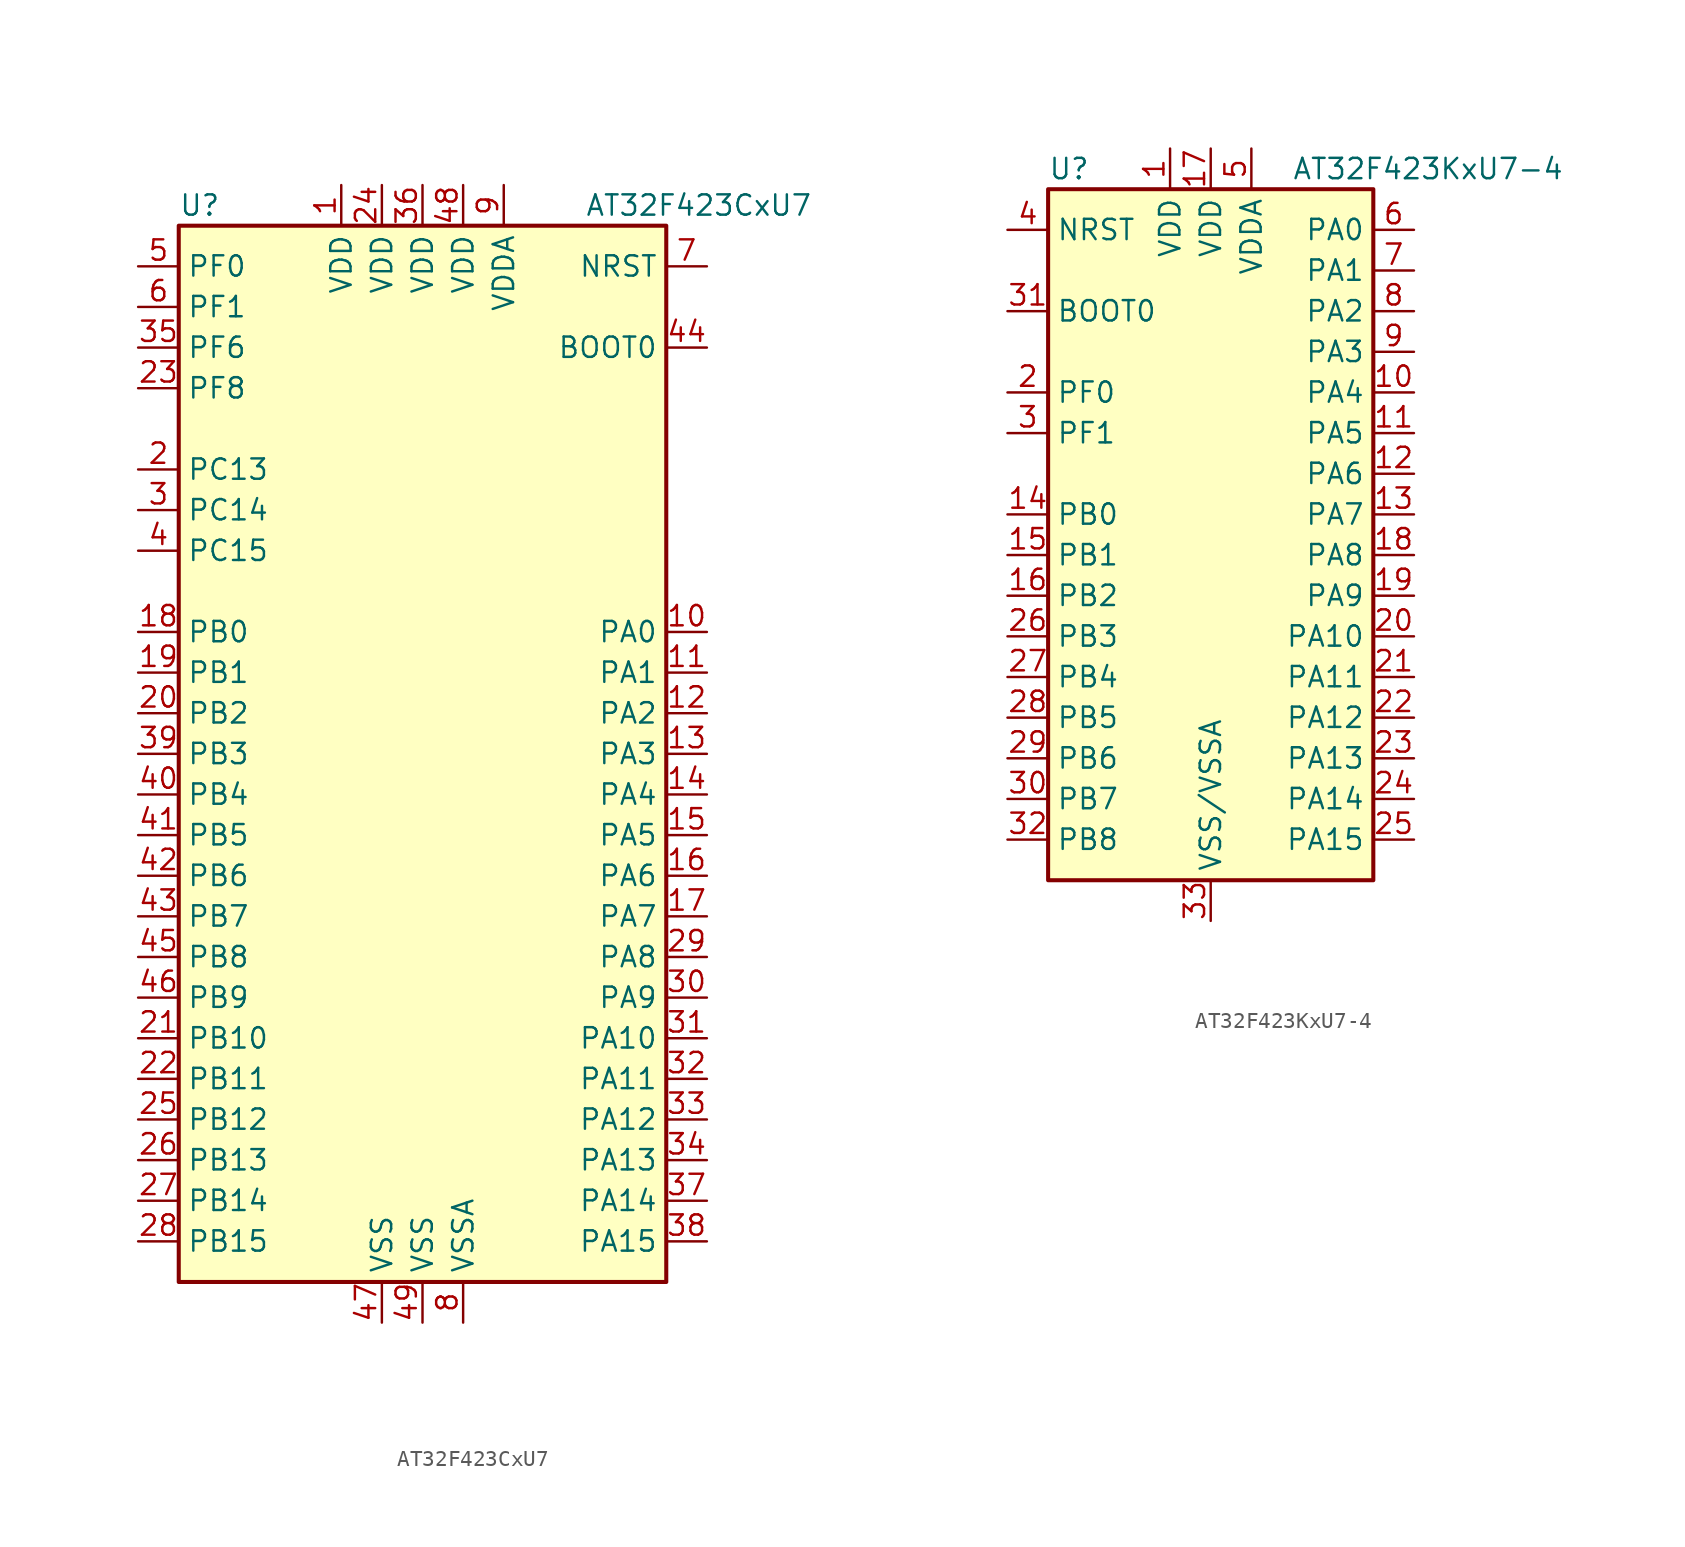
<source format=kicad_sym>
(kicad_symbol_lib
  (version 20220331)
  (generator kicad_symbol_editor)
  (symbol "AT32F423CxU7"
    (property "Reference" "U"
      (at -15.24 34.29 0)
      (effects (font (size 1.27 1.27)) (justify left)))
    (property "Value" "AT32F423CxU7"
      (at 10.16 34.29 0)
      (effects (font (size 1.27 1.27)) (justify left)))
    (symbol "AT32F423CxU7_0_1"
      (rectangle (start -15.24 33.02) (end 15.24 -33.02) (stroke (width 0.254) (type default)) (fill (type background))))
    (symbol "AT32F423CxU7_1_1"
      (pin power_in line (at -5.08 35.56 270) (length 2.54) (name "VDD" (effects (font (size 1.27 1.27)))) (number "1" (effects (font (size 1.27 1.27)))))
      (pin bidirectional line (at 17.78 7.62 180) (length 2.54) (name "PA0" (effects (font (size 1.27 1.27)))) (number "10" (effects (font (size 1.27 1.27)))))
      (pin bidirectional line (at 17.78 5.08 180) (length 2.54) (name "PA1" (effects (font (size 1.27 1.27)))) (number "11" (effects (font (size 1.27 1.27)))))
      (pin bidirectional line (at 17.78 2.54 180) (length 2.54) (name "PA2" (effects (font (size 1.27 1.27)))) (number "12" (effects (font (size 1.27 1.27)))))
      (pin bidirectional line (at 17.78 0 180) (length 2.54) (name "PA3" (effects (font (size 1.27 1.27)))) (number "13" (effects (font (size 1.27 1.27)))))
      (pin bidirectional line (at 17.78 -2.54 180) (length 2.54) (name "PA4" (effects (font (size 1.27 1.27)))) (number "14" (effects (font (size 1.27 1.27)))))
      (pin bidirectional line (at 17.78 -5.08 180) (length 2.54) (name "PA5" (effects (font (size 1.27 1.27)))) (number "15" (effects (font (size 1.27 1.27)))))
      (pin bidirectional line (at 17.78 -7.62 180) (length 2.54) (name "PA6" (effects (font (size 1.27 1.27)))) (number "16" (effects (font (size 1.27 1.27)))))
      (pin bidirectional line (at 17.78 -10.16 180) (length 2.54) (name "PA7" (effects (font (size 1.27 1.27)))) (number "17" (effects (font (size 1.27 1.27)))))
      (pin bidirectional line (at -17.78 7.62 0) (length 2.54) (name "PB0" (effects (font (size 1.27 1.27)))) (number "18" (effects (font (size 1.27 1.27)))))
      (pin bidirectional line (at -17.78 5.08 0) (length 2.54) (name "PB1" (effects (font (size 1.27 1.27)))) (number "19" (effects (font (size 1.27 1.27)))))
      (pin bidirectional line (at -17.78 17.78 0) (length 2.54) (name "PC13" (effects (font (size 1.27 1.27)))) (number "2" (effects (font (size 1.27 1.27)))))
      (pin bidirectional line (at -17.78 2.54 0) (length 2.54) (name "PB2" (effects (font (size 1.27 1.27)))) (number "20" (effects (font (size 1.27 1.27)))))
      (pin bidirectional line (at -17.78 -17.78 0) (length 2.54) (name "PB10" (effects (font (size 1.27 1.27)))) (number "21" (effects (font (size 1.27 1.27)))))
      (pin bidirectional line (at -17.78 -20.32 0) (length 2.54) (name "PB11" (effects (font (size 1.27 1.27)))) (number "22" (effects (font (size 1.27 1.27)))))
      (pin bidirectional line (at -17.78 22.86 0) (length 2.54) (name "PF8" (effects (font (size 1.27 1.27)))) (number "23" (effects (font (size 1.27 1.27)))))
      (pin power_in line (at -2.54 35.56 270) (length 2.54) (name "VDD" (effects (font (size 1.27 1.27)))) (number "24" (effects (font (size 1.27 1.27)))))
      (pin bidirectional line (at -17.78 -22.86 0) (length 2.54) (name "PB12" (effects (font (size 1.27 1.27)))) (number "25" (effects (font (size 1.27 1.27)))))
      (pin bidirectional line (at -17.78 -25.4 0) (length 2.54) (name "PB13" (effects (font (size 1.27 1.27)))) (number "26" (effects (font (size 1.27 1.27)))))
      (pin bidirectional line (at -17.78 -27.94 0) (length 2.54) (name "PB14" (effects (font (size 1.27 1.27)))) (number "27" (effects (font (size 1.27 1.27)))))
      (pin bidirectional line (at -17.78 -30.48 0) (length 2.54) (name "PB15" (effects (font (size 1.27 1.27)))) (number "28" (effects (font (size 1.27 1.27)))))
      (pin bidirectional line (at 17.78 -12.7 180) (length 2.54) (name "PA8" (effects (font (size 1.27 1.27)))) (number "29" (effects (font (size 1.27 1.27)))))
      (pin bidirectional line (at -17.78 15.24 0) (length 2.54) (name "PC14" (effects (font (size 1.27 1.27)))) (number "3" (effects (font (size 1.27 1.27)))))
      (pin bidirectional line (at 17.78 -15.24 180) (length 2.54) (name "PA9" (effects (font (size 1.27 1.27)))) (number "30" (effects (font (size 1.27 1.27)))))
      (pin bidirectional line (at 17.78 -17.78 180) (length 2.54) (name "PA10" (effects (font (size 1.27 1.27)))) (number "31" (effects (font (size 1.27 1.27)))))
      (pin bidirectional line (at 17.78 -20.32 180) (length 2.54) (name "PA11" (effects (font (size 1.27 1.27)))) (number "32" (effects (font (size 1.27 1.27)))))
      (pin bidirectional line (at 17.78 -22.86 180) (length 2.54) (name "PA12" (effects (font (size 1.27 1.27)))) (number "33" (effects (font (size 1.27 1.27)))))
      (pin bidirectional line (at 17.78 -25.4 180) (length 2.54) (name "PA13" (effects (font (size 1.27 1.27)))) (number "34" (effects (font (size 1.27 1.27)))))
      (pin bidirectional line (at -17.78 25.4 0) (length 2.54) (name "PF6" (effects (font (size 1.27 1.27)))) (number "35" (effects (font (size 1.27 1.27)))))
      (pin power_in line (at 0 35.56 270) (length 2.54) (name "VDD" (effects (font (size 1.27 1.27)))) (number "36" (effects (font (size 1.27 1.27)))))
      (pin bidirectional line (at 17.78 -27.94 180) (length 2.54) (name "PA14" (effects (font (size 1.27 1.27)))) (number "37" (effects (font (size 1.27 1.27)))))
      (pin bidirectional line (at 17.78 -30.48 180) (length 2.54) (name "PA15" (effects (font (size 1.27 1.27)))) (number "38" (effects (font (size 1.27 1.27)))))
      (pin bidirectional line (at -17.78 0 0) (length 2.54) (name "PB3" (effects (font (size 1.27 1.27)))) (number "39" (effects (font (size 1.27 1.27)))))
      (pin bidirectional line (at -17.78 12.7 0) (length 2.54) (name "PC15" (effects (font (size 1.27 1.27)))) (number "4" (effects (font (size 1.27 1.27)))))
      (pin bidirectional line (at -17.78 -2.54 0) (length 2.54) (name "PB4" (effects (font (size 1.27 1.27)))) (number "40" (effects (font (size 1.27 1.27)))))
      (pin bidirectional line (at -17.78 -5.08 0) (length 2.54) (name "PB5" (effects (font (size 1.27 1.27)))) (number "41" (effects (font (size 1.27 1.27)))))
      (pin bidirectional line (at -17.78 -7.62 0) (length 2.54) (name "PB6" (effects (font (size 1.27 1.27)))) (number "42" (effects (font (size 1.27 1.27)))))
      (pin bidirectional line (at -17.78 -10.16 0) (length 2.54) (name "PB7" (effects (font (size 1.27 1.27)))) (number "43" (effects (font (size 1.27 1.27)))))
      (pin input line (at 17.78 25.4 180) (length 2.54) (name "BOOT0" (effects (font (size 1.27 1.27)))) (number "44" (effects (font (size 1.27 1.27)))))
      (pin bidirectional line (at -17.78 -12.7 0) (length 2.54) (name "PB8" (effects (font (size 1.27 1.27)))) (number "45" (effects (font (size 1.27 1.27)))))
      (pin bidirectional line (at -17.78 -15.24 0) (length 2.54) (name "PB9" (effects (font (size 1.27 1.27)))) (number "46" (effects (font (size 1.27 1.27)))))
      (pin power_in line (at -2.54 -35.56 90) (length 2.54) (name "VSS" (effects (font (size 1.27 1.27)))) (number "47" (effects (font (size 1.27 1.27)))))
      (pin power_in line (at 2.54 35.56 270) (length 2.54) (name "VDD" (effects (font (size 1.27 1.27)))) (number "48" (effects (font (size 1.27 1.27)))))
      (pin power_in line (at 0 -35.56 90) (length 2.54) (name "VSS" (effects (font (size 1.27 1.27)))) (number "49" (effects (font (size 1.27 1.27)))))
      (pin input line (at -17.78 30.48 0) (length 2.54) (name "PF0" (effects (font (size 1.27 1.27)))) (number "5" (effects (font (size 1.27 1.27)))))
      (pin input line (at -17.78 27.94 0) (length 2.54) (name "PF1" (effects (font (size 1.27 1.27)))) (number "6" (effects (font (size 1.27 1.27)))))
      (pin input line (at 17.78 30.48 180) (length 2.54) (name "NRST" (effects (font (size 1.27 1.27)))) (number "7" (effects (font (size 1.27 1.27)))))
      (pin power_in line (at 2.54 -35.56 90) (length 2.54) (name "VSSA" (effects (font (size 1.27 1.27)))) (number "8" (effects (font (size 1.27 1.27)))))
      (pin power_in line (at 5.08 35.56 270) (length 2.54) (name "VDDA" (effects (font (size 1.27 1.27)))) (number "9" (effects (font (size 1.27 1.27)))))))
  (symbol "AT32F423KxU7-4"
    (property "Reference" "U"
      (at -10.16 22.86 0)
      (effects (font (size 1.27 1.27)) (justify left)))
    (property "Value" "AT32F423KxU7-4"
      (at 5.08 22.86 0)
      (effects (font (size 1.27 1.27)) (justify left)))
    (symbol "AT32F423KxU7-4_0_1"
      (rectangle (start -10.16 -21.59) (end 10.16 21.59) (stroke (width 0.254) (type default)) (fill (type background))))
    (symbol "AT32F423KxU7-4_1_1"
      (pin power_in line (at -2.54 24.13 270) (length 2.54) (name "VDD" (effects (font (size 1.27 1.27)))) (number "1" (effects (font (size 1.27 1.27)))))
      (pin bidirectional line (at 12.7 8.89 180) (length 2.54) (name "PA4" (effects (font (size 1.27 1.27)))) (number "10" (effects (font (size 1.27 1.27)))))
      (pin bidirectional line (at 12.7 6.35 180) (length 2.54) (name "PA5" (effects (font (size 1.27 1.27)))) (number "11" (effects (font (size 1.27 1.27)))))
      (pin bidirectional line (at 12.7 3.81 180) (length 2.54) (name "PA6" (effects (font (size 1.27 1.27)))) (number "12" (effects (font (size 1.27 1.27)))))
      (pin bidirectional line (at 12.7 1.27 180) (length 2.54) (name "PA7" (effects (font (size 1.27 1.27)))) (number "13" (effects (font (size 1.27 1.27)))))
      (pin bidirectional line (at -12.7 1.27 0) (length 2.54) (name "PB0" (effects (font (size 1.27 1.27)))) (number "14" (effects (font (size 1.27 1.27)))))
      (pin bidirectional line (at -12.7 -1.27 0) (length 2.54) (name "PB1" (effects (font (size 1.27 1.27)))) (number "15" (effects (font (size 1.27 1.27)))))
      (pin bidirectional line (at -12.7 -3.81 0) (length 2.54) (name "PB2" (effects (font (size 1.27 1.27)))) (number "16" (effects (font (size 1.27 1.27)))))
      (pin power_in line (at 0 24.13 270) (length 2.54) (name "VDD" (effects (font (size 1.27 1.27)))) (number "17" (effects (font (size 1.27 1.27)))))
      (pin bidirectional line (at 12.7 -1.27 180) (length 2.54) (name "PA8" (effects (font (size 1.27 1.27)))) (number "18" (effects (font (size 1.27 1.27)))))
      (pin bidirectional line (at 12.7 -3.81 180) (length 2.54) (name "PA9" (effects (font (size 1.27 1.27)))) (number "19" (effects (font (size 1.27 1.27)))))
      (pin input line (at -12.7 8.89 0) (length 2.54) (name "PF0" (effects (font (size 1.27 1.27)))) (number "2" (effects (font (size 1.27 1.27)))))
      (pin bidirectional line (at 12.7 -6.35 180) (length 2.54) (name "PA10" (effects (font (size 1.27 1.27)))) (number "20" (effects (font (size 1.27 1.27)))))
      (pin bidirectional line (at 12.7 -8.89 180) (length 2.54) (name "PA11" (effects (font (size 1.27 1.27)))) (number "21" (effects (font (size 1.27 1.27)))))
      (pin bidirectional line (at 12.7 -11.43 180) (length 2.54) (name "PA12" (effects (font (size 1.27 1.27)))) (number "22" (effects (font (size 1.27 1.27)))))
      (pin bidirectional line (at 12.7 -13.97 180) (length 2.54) (name "PA13" (effects (font (size 1.27 1.27)))) (number "23" (effects (font (size 1.27 1.27)))))
      (pin bidirectional line (at 12.7 -16.51 180) (length 2.54) (name "PA14" (effects (font (size 1.27 1.27)))) (number "24" (effects (font (size 1.27 1.27)))))
      (pin bidirectional line (at 12.7 -19.05 180) (length 2.54) (name "PA15" (effects (font (size 1.27 1.27)))) (number "25" (effects (font (size 1.27 1.27)))))
      (pin bidirectional line (at -12.7 -6.35 0) (length 2.54) (name "PB3" (effects (font (size 1.27 1.27)))) (number "26" (effects (font (size 1.27 1.27)))))
      (pin bidirectional line (at -12.7 -8.89 0) (length 2.54) (name "PB4" (effects (font (size 1.27 1.27)))) (number "27" (effects (font (size 1.27 1.27)))))
      (pin bidirectional line (at -12.7 -11.43 0) (length 2.54) (name "PB5" (effects (font (size 1.27 1.27)))) (number "28" (effects (font (size 1.27 1.27)))))
      (pin bidirectional line (at -12.7 -13.97 0) (length 2.54) (name "PB6" (effects (font (size 1.27 1.27)))) (number "29" (effects (font (size 1.27 1.27)))))
      (pin input line (at -12.7 6.35 0) (length 2.54) (name "PF1" (effects (font (size 1.27 1.27)))) (number "3" (effects (font (size 1.27 1.27)))))
      (pin bidirectional line (at -12.7 -16.51 0) (length 2.54) (name "PB7" (effects (font (size 1.27 1.27)))) (number "30" (effects (font (size 1.27 1.27)))))
      (pin input line (at -12.7 13.97 0) (length 2.54) (name "BOOT0" (effects (font (size 1.27 1.27)))) (number "31" (effects (font (size 1.27 1.27)))))
      (pin bidirectional line (at -12.7 -19.05 0) (length 2.54) (name "PB8" (effects (font (size 1.27 1.27)))) (number "32" (effects (font (size 1.27 1.27)))))
      (pin power_in line (at 0 -24.13 90) (length 2.54) (name "VSS/VSSA" (effects (font (size 1.27 1.27)))) (number "33" (effects (font (size 1.27 1.27)))))
      (pin input line (at -12.7 19.05 0) (length 2.54) (name "NRST" (effects (font (size 1.27 1.27)))) (number "4" (effects (font (size 1.27 1.27)))))
      (pin power_in line (at 2.54 24.13 270) (length 2.54) (name "VDDA" (effects (font (size 1.27 1.27)))) (number "5" (effects (font (size 1.27 1.27)))))
      (pin bidirectional line (at 12.7 19.05 180) (length 2.54) (name "PA0" (effects (font (size 1.27 1.27)))) (number "6" (effects (font (size 1.27 1.27)))))
      (pin bidirectional line (at 12.7 16.51 180) (length 2.54) (name "PA1" (effects (font (size 1.27 1.27)))) (number "7" (effects (font (size 1.27 1.27)))))
      (pin bidirectional line (at 12.7 13.97 180) (length 2.54) (name "PA2" (effects (font (size 1.27 1.27)))) (number "8" (effects (font (size 1.27 1.27)))))
      (pin bidirectional line (at 12.7 11.43 180) (length 2.54) (name "PA3" (effects (font (size 1.27 1.27)))) (number "9" (effects (font (size 1.27 1.27))))))))
</source>
